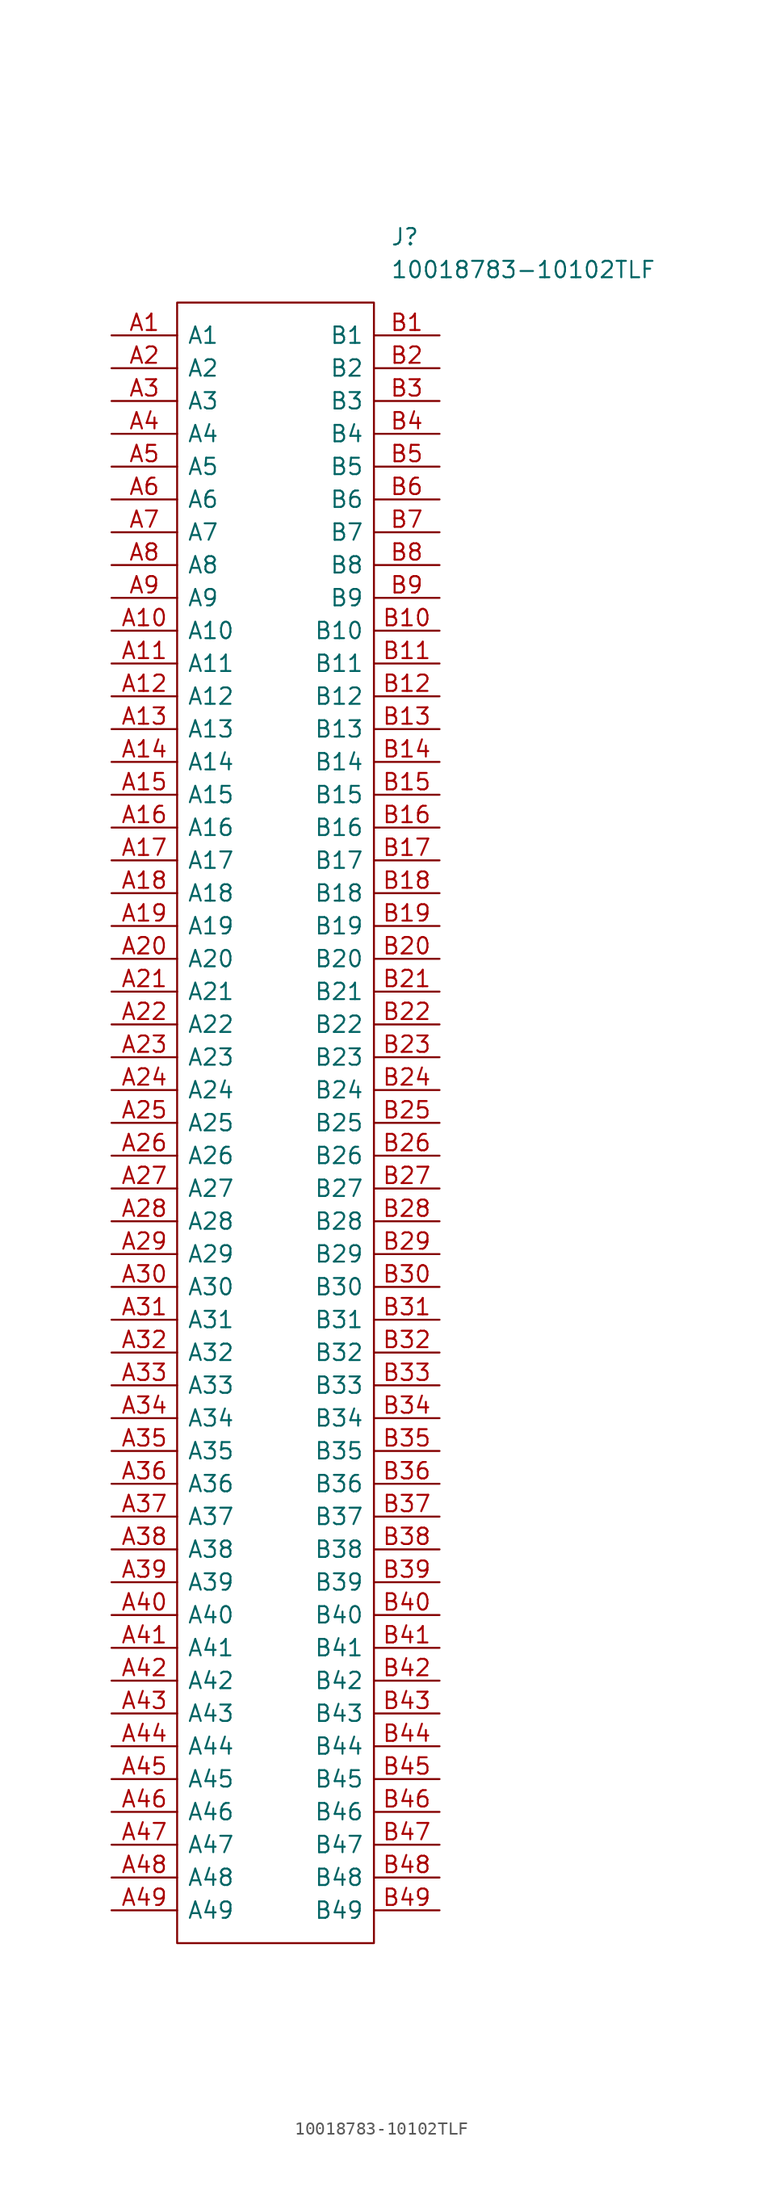
<source format=kicad_sym>
(kicad_symbol_lib
  (version 20201005)
  (generator kicad_symbol_editor)
  (symbol "CM4_MATX:10018783-10102TLF"
    (pin_names
      (offset 0.762))
    (property "Reference" "J"
      (at 21.59 7.62 0)
      (effects (font (size 1.27 1.27)) (justify left)))
    (property "Value" "10018783-10102TLF"
      (at 21.59 5.08 0)
      (effects (font (size 1.27 1.27)) (justify left)))
    (symbol "10018783-10102TLF_0_1"
      (polyline (pts (xy 5.08 2.54) (xy 20.32 2.54) (xy 20.32 -124.46) (xy 5.08 -124.46) (xy 5.08 2.54)) (stroke (width 0.152)) (fill (type none))))
    (symbol "10018783-10102TLF_0_0"
      (pin passive line (at 0 0 0) (length 5.08) (name "A1" (effects (font (size 1.27 1.27)))) (number "A1" (effects (font (size 1.27 1.27)))))
      (pin passive line (at 0 -2.54 0) (length 5.08) (name "A2" (effects (font (size 1.27 1.27)))) (number "A2" (effects (font (size 1.27 1.27)))))
      (pin passive line (at 0 -5.08 0) (length 5.08) (name "A3" (effects (font (size 1.27 1.27)))) (number "A3" (effects (font (size 1.27 1.27)))))
      (pin passive line (at 0 -7.62 0) (length 5.08) (name "A4" (effects (font (size 1.27 1.27)))) (number "A4" (effects (font (size 1.27 1.27)))))
      (pin passive line (at 0 -10.16 0) (length 5.08) (name "A5" (effects (font (size 1.27 1.27)))) (number "A5" (effects (font (size 1.27 1.27)))))
      (pin passive line (at 0 -12.7 0) (length 5.08) (name "A6" (effects (font (size 1.27 1.27)))) (number "A6" (effects (font (size 1.27 1.27)))))
      (pin passive line (at 0 -15.24 0) (length 5.08) (name "A7" (effects (font (size 1.27 1.27)))) (number "A7" (effects (font (size 1.27 1.27)))))
      (pin passive line (at 0 -17.78 0) (length 5.08) (name "A8" (effects (font (size 1.27 1.27)))) (number "A8" (effects (font (size 1.27 1.27)))))
      (pin passive line (at 0 -20.32 0) (length 5.08) (name "A9" (effects (font (size 1.27 1.27)))) (number "A9" (effects (font (size 1.27 1.27)))))
      (pin passive line (at 0 -22.86 0) (length 5.08) (name "A10" (effects (font (size 1.27 1.27)))) (number "A10" (effects (font (size 1.27 1.27)))))
      (pin passive line (at 0 -25.4 0) (length 5.08) (name "A11" (effects (font (size 1.27 1.27)))) (number "A11" (effects (font (size 1.27 1.27)))))
      (pin passive line (at 0 -27.94 0) (length 5.08) (name "A12" (effects (font (size 1.27 1.27)))) (number "A12" (effects (font (size 1.27 1.27)))))
      (pin passive line (at 0 -30.48 0) (length 5.08) (name "A13" (effects (font (size 1.27 1.27)))) (number "A13" (effects (font (size 1.27 1.27)))))
      (pin passive line (at 0 -33.02 0) (length 5.08) (name "A14" (effects (font (size 1.27 1.27)))) (number "A14" (effects (font (size 1.27 1.27)))))
      (pin passive line (at 0 -35.56 0) (length 5.08) (name "A15" (effects (font (size 1.27 1.27)))) (number "A15" (effects (font (size 1.27 1.27)))))
      (pin passive line (at 0 -38.1 0) (length 5.08) (name "A16" (effects (font (size 1.27 1.27)))) (number "A16" (effects (font (size 1.27 1.27)))))
      (pin passive line (at 0 -40.64 0) (length 5.08) (name "A17" (effects (font (size 1.27 1.27)))) (number "A17" (effects (font (size 1.27 1.27)))))
      (pin passive line (at 0 -43.18 0) (length 5.08) (name "A18" (effects (font (size 1.27 1.27)))) (number "A18" (effects (font (size 1.27 1.27)))))
      (pin passive line (at 0 -45.72 0) (length 5.08) (name "A19" (effects (font (size 1.27 1.27)))) (number "A19" (effects (font (size 1.27 1.27)))))
      (pin passive line (at 0 -48.26 0) (length 5.08) (name "A20" (effects (font (size 1.27 1.27)))) (number "A20" (effects (font (size 1.27 1.27)))))
      (pin passive line (at 0 -50.8 0) (length 5.08) (name "A21" (effects (font (size 1.27 1.27)))) (number "A21" (effects (font (size 1.27 1.27)))))
      (pin passive line (at 0 -53.34 0) (length 5.08) (name "A22" (effects (font (size 1.27 1.27)))) (number "A22" (effects (font (size 1.27 1.27)))))
      (pin passive line (at 0 -55.88 0) (length 5.08) (name "A23" (effects (font (size 1.27 1.27)))) (number "A23" (effects (font (size 1.27 1.27)))))
      (pin passive line (at 0 -58.42 0) (length 5.08) (name "A24" (effects (font (size 1.27 1.27)))) (number "A24" (effects (font (size 1.27 1.27)))))
      (pin passive line (at 0 -60.96 0) (length 5.08) (name "A25" (effects (font (size 1.27 1.27)))) (number "A25" (effects (font (size 1.27 1.27)))))
      (pin passive line (at 0 -63.5 0) (length 5.08) (name "A26" (effects (font (size 1.27 1.27)))) (number "A26" (effects (font (size 1.27 1.27)))))
      (pin passive line (at 0 -66.04 0) (length 5.08) (name "A27" (effects (font (size 1.27 1.27)))) (number "A27" (effects (font (size 1.27 1.27)))))
      (pin passive line (at 0 -68.58 0) (length 5.08) (name "A28" (effects (font (size 1.27 1.27)))) (number "A28" (effects (font (size 1.27 1.27)))))
      (pin passive line (at 0 -71.12 0) (length 5.08) (name "A29" (effects (font (size 1.27 1.27)))) (number "A29" (effects (font (size 1.27 1.27)))))
      (pin passive line (at 0 -73.66 0) (length 5.08) (name "A30" (effects (font (size 1.27 1.27)))) (number "A30" (effects (font (size 1.27 1.27)))))
      (pin passive line (at 0 -76.2 0) (length 5.08) (name "A31" (effects (font (size 1.27 1.27)))) (number "A31" (effects (font (size 1.27 1.27)))))
      (pin passive line (at 0 -78.74 0) (length 5.08) (name "A32" (effects (font (size 1.27 1.27)))) (number "A32" (effects (font (size 1.27 1.27)))))
      (pin passive line (at 0 -81.28 0) (length 5.08) (name "A33" (effects (font (size 1.27 1.27)))) (number "A33" (effects (font (size 1.27 1.27)))))
      (pin passive line (at 0 -83.82 0) (length 5.08) (name "A34" (effects (font (size 1.27 1.27)))) (number "A34" (effects (font (size 1.27 1.27)))))
      (pin passive line (at 0 -86.36 0) (length 5.08) (name "A35" (effects (font (size 1.27 1.27)))) (number "A35" (effects (font (size 1.27 1.27)))))
      (pin passive line (at 0 -88.9 0) (length 5.08) (name "A36" (effects (font (size 1.27 1.27)))) (number "A36" (effects (font (size 1.27 1.27)))))
      (pin passive line (at 0 -91.44 0) (length 5.08) (name "A37" (effects (font (size 1.27 1.27)))) (number "A37" (effects (font (size 1.27 1.27)))))
      (pin passive line (at 0 -93.98 0) (length 5.08) (name "A38" (effects (font (size 1.27 1.27)))) (number "A38" (effects (font (size 1.27 1.27)))))
      (pin passive line (at 0 -96.52 0) (length 5.08) (name "A39" (effects (font (size 1.27 1.27)))) (number "A39" (effects (font (size 1.27 1.27)))))
      (pin passive line (at 0 -99.06 0) (length 5.08) (name "A40" (effects (font (size 1.27 1.27)))) (number "A40" (effects (font (size 1.27 1.27)))))
      (pin passive line (at 0 -101.6 0) (length 5.08) (name "A41" (effects (font (size 1.27 1.27)))) (number "A41" (effects (font (size 1.27 1.27)))))
      (pin passive line (at 0 -104.14 0) (length 5.08) (name "A42" (effects (font (size 1.27 1.27)))) (number "A42" (effects (font (size 1.27 1.27)))))
      (pin passive line (at 0 -106.68 0) (length 5.08) (name "A43" (effects (font (size 1.27 1.27)))) (number "A43" (effects (font (size 1.27 1.27)))))
      (pin passive line (at 0 -109.22 0) (length 5.08) (name "A44" (effects (font (size 1.27 1.27)))) (number "A44" (effects (font (size 1.27 1.27)))))
      (pin passive line (at 0 -111.76 0) (length 5.08) (name "A45" (effects (font (size 1.27 1.27)))) (number "A45" (effects (font (size 1.27 1.27)))))
      (pin passive line (at 0 -114.3 0) (length 5.08) (name "A46" (effects (font (size 1.27 1.27)))) (number "A46" (effects (font (size 1.27 1.27)))))
      (pin passive line (at 0 -116.84 0) (length 5.08) (name "A47" (effects (font (size 1.27 1.27)))) (number "A47" (effects (font (size 1.27 1.27)))))
      (pin passive line (at 0 -119.38 0) (length 5.08) (name "A48" (effects (font (size 1.27 1.27)))) (number "A48" (effects (font (size 1.27 1.27)))))
      (pin passive line (at 0 -121.92 0) (length 5.08) (name "A49" (effects (font (size 1.27 1.27)))) (number "A49" (effects (font (size 1.27 1.27)))))
      (pin passive line (at 25.4 0 180) (length 5.08) (name "B1" (effects (font (size 1.27 1.27)))) (number "B1" (effects (font (size 1.27 1.27)))))
      (pin passive line (at 25.4 -2.54 180) (length 5.08) (name "B2" (effects (font (size 1.27 1.27)))) (number "B2" (effects (font (size 1.27 1.27)))))
      (pin passive line (at 25.4 -5.08 180) (length 5.08) (name "B3" (effects (font (size 1.27 1.27)))) (number "B3" (effects (font (size 1.27 1.27)))))
      (pin passive line (at 25.4 -7.62 180) (length 5.08) (name "B4" (effects (font (size 1.27 1.27)))) (number "B4" (effects (font (size 1.27 1.27)))))
      (pin passive line (at 25.4 -10.16 180) (length 5.08) (name "B5" (effects (font (size 1.27 1.27)))) (number "B5" (effects (font (size 1.27 1.27)))))
      (pin passive line (at 25.4 -12.7 180) (length 5.08) (name "B6" (effects (font (size 1.27 1.27)))) (number "B6" (effects (font (size 1.27 1.27)))))
      (pin passive line (at 25.4 -15.24 180) (length 5.08) (name "B7" (effects (font (size 1.27 1.27)))) (number "B7" (effects (font (size 1.27 1.27)))))
      (pin passive line (at 25.4 -17.78 180) (length 5.08) (name "B8" (effects (font (size 1.27 1.27)))) (number "B8" (effects (font (size 1.27 1.27)))))
      (pin passive line (at 25.4 -20.32 180) (length 5.08) (name "B9" (effects (font (size 1.27 1.27)))) (number "B9" (effects (font (size 1.27 1.27)))))
      (pin passive line (at 25.4 -22.86 180) (length 5.08) (name "B10" (effects (font (size 1.27 1.27)))) (number "B10" (effects (font (size 1.27 1.27)))))
      (pin passive line (at 25.4 -25.4 180) (length 5.08) (name "B11" (effects (font (size 1.27 1.27)))) (number "B11" (effects (font (size 1.27 1.27)))))
      (pin passive line (at 25.4 -27.94 180) (length 5.08) (name "B12" (effects (font (size 1.27 1.27)))) (number "B12" (effects (font (size 1.27 1.27)))))
      (pin passive line (at 25.4 -30.48 180) (length 5.08) (name "B13" (effects (font (size 1.27 1.27)))) (number "B13" (effects (font (size 1.27 1.27)))))
      (pin passive line (at 25.4 -33.02 180) (length 5.08) (name "B14" (effects (font (size 1.27 1.27)))) (number "B14" (effects (font (size 1.27 1.27)))))
      (pin passive line (at 25.4 -35.56 180) (length 5.08) (name "B15" (effects (font (size 1.27 1.27)))) (number "B15" (effects (font (size 1.27 1.27)))))
      (pin passive line (at 25.4 -38.1 180) (length 5.08) (name "B16" (effects (font (size 1.27 1.27)))) (number "B16" (effects (font (size 1.27 1.27)))))
      (pin passive line (at 25.4 -40.64 180) (length 5.08) (name "B17" (effects (font (size 1.27 1.27)))) (number "B17" (effects (font (size 1.27 1.27)))))
      (pin passive line (at 25.4 -43.18 180) (length 5.08) (name "B18" (effects (font (size 1.27 1.27)))) (number "B18" (effects (font (size 1.27 1.27)))))
      (pin passive line (at 25.4 -45.72 180) (length 5.08) (name "B19" (effects (font (size 1.27 1.27)))) (number "B19" (effects (font (size 1.27 1.27)))))
      (pin passive line (at 25.4 -48.26 180) (length 5.08) (name "B20" (effects (font (size 1.27 1.27)))) (number "B20" (effects (font (size 1.27 1.27)))))
      (pin passive line (at 25.4 -50.8 180) (length 5.08) (name "B21" (effects (font (size 1.27 1.27)))) (number "B21" (effects (font (size 1.27 1.27)))))
      (pin passive line (at 25.4 -53.34 180) (length 5.08) (name "B22" (effects (font (size 1.27 1.27)))) (number "B22" (effects (font (size 1.27 1.27)))))
      (pin passive line (at 25.4 -55.88 180) (length 5.08) (name "B23" (effects (font (size 1.27 1.27)))) (number "B23" (effects (font (size 1.27 1.27)))))
      (pin passive line (at 25.4 -58.42 180) (length 5.08) (name "B24" (effects (font (size 1.27 1.27)))) (number "B24" (effects (font (size 1.27 1.27)))))
      (pin passive line (at 25.4 -60.96 180) (length 5.08) (name "B25" (effects (font (size 1.27 1.27)))) (number "B25" (effects (font (size 1.27 1.27)))))
      (pin passive line (at 25.4 -63.5 180) (length 5.08) (name "B26" (effects (font (size 1.27 1.27)))) (number "B26" (effects (font (size 1.27 1.27)))))
      (pin passive line (at 25.4 -66.04 180) (length 5.08) (name "B27" (effects (font (size 1.27 1.27)))) (number "B27" (effects (font (size 1.27 1.27)))))
      (pin passive line (at 25.4 -68.58 180) (length 5.08) (name "B28" (effects (font (size 1.27 1.27)))) (number "B28" (effects (font (size 1.27 1.27)))))
      (pin passive line (at 25.4 -71.12 180) (length 5.08) (name "B29" (effects (font (size 1.27 1.27)))) (number "B29" (effects (font (size 1.27 1.27)))))
      (pin passive line (at 25.4 -73.66 180) (length 5.08) (name "B30" (effects (font (size 1.27 1.27)))) (number "B30" (effects (font (size 1.27 1.27)))))
      (pin passive line (at 25.4 -76.2 180) (length 5.08) (name "B31" (effects (font (size 1.27 1.27)))) (number "B31" (effects (font (size 1.27 1.27)))))
      (pin passive line (at 25.4 -78.74 180) (length 5.08) (name "B32" (effects (font (size 1.27 1.27)))) (number "B32" (effects (font (size 1.27 1.27)))))
      (pin passive line (at 25.4 -81.28 180) (length 5.08) (name "B33" (effects (font (size 1.27 1.27)))) (number "B33" (effects (font (size 1.27 1.27)))))
      (pin passive line (at 25.4 -83.82 180) (length 5.08) (name "B34" (effects (font (size 1.27 1.27)))) (number "B34" (effects (font (size 1.27 1.27)))))
      (pin passive line (at 25.4 -86.36 180) (length 5.08) (name "B35" (effects (font (size 1.27 1.27)))) (number "B35" (effects (font (size 1.27 1.27)))))
      (pin passive line (at 25.4 -88.9 180) (length 5.08) (name "B36" (effects (font (size 1.27 1.27)))) (number "B36" (effects (font (size 1.27 1.27)))))
      (pin passive line (at 25.4 -91.44 180) (length 5.08) (name "B37" (effects (font (size 1.27 1.27)))) (number "B37" (effects (font (size 1.27 1.27)))))
      (pin passive line (at 25.4 -93.98 180) (length 5.08) (name "B38" (effects (font (size 1.27 1.27)))) (number "B38" (effects (font (size 1.27 1.27)))))
      (pin passive line (at 25.4 -96.52 180) (length 5.08) (name "B39" (effects (font (size 1.27 1.27)))) (number "B39" (effects (font (size 1.27 1.27)))))
      (pin passive line (at 25.4 -99.06 180) (length 5.08) (name "B40" (effects (font (size 1.27 1.27)))) (number "B40" (effects (font (size 1.27 1.27)))))
      (pin passive line (at 25.4 -101.6 180) (length 5.08) (name "B41" (effects (font (size 1.27 1.27)))) (number "B41" (effects (font (size 1.27 1.27)))))
      (pin passive line (at 25.4 -104.14 180) (length 5.08) (name "B42" (effects (font (size 1.27 1.27)))) (number "B42" (effects (font (size 1.27 1.27)))))
      (pin passive line (at 25.4 -106.68 180) (length 5.08) (name "B43" (effects (font (size 1.27 1.27)))) (number "B43" (effects (font (size 1.27 1.27)))))
      (pin passive line (at 25.4 -109.22 180) (length 5.08) (name "B44" (effects (font (size 1.27 1.27)))) (number "B44" (effects (font (size 1.27 1.27)))))
      (pin passive line (at 25.4 -111.76 180) (length 5.08) (name "B45" (effects (font (size 1.27 1.27)))) (number "B45" (effects (font (size 1.27 1.27)))))
      (pin passive line (at 25.4 -114.3 180) (length 5.08) (name "B46" (effects (font (size 1.27 1.27)))) (number "B46" (effects (font (size 1.27 1.27)))))
      (pin passive line (at 25.4 -116.84 180) (length 5.08) (name "B47" (effects (font (size 1.27 1.27)))) (number "B47" (effects (font (size 1.27 1.27)))))
      (pin passive line (at 25.4 -119.38 180) (length 5.08) (name "B48" (effects (font (size 1.27 1.27)))) (number "B48" (effects (font (size 1.27 1.27)))))
      (pin passive line (at 25.4 -121.92 180) (length 5.08) (name "B49" (effects (font (size 1.27 1.27)))) (number "B49" (effects (font (size 1.27 1.27))))))))
</source>
